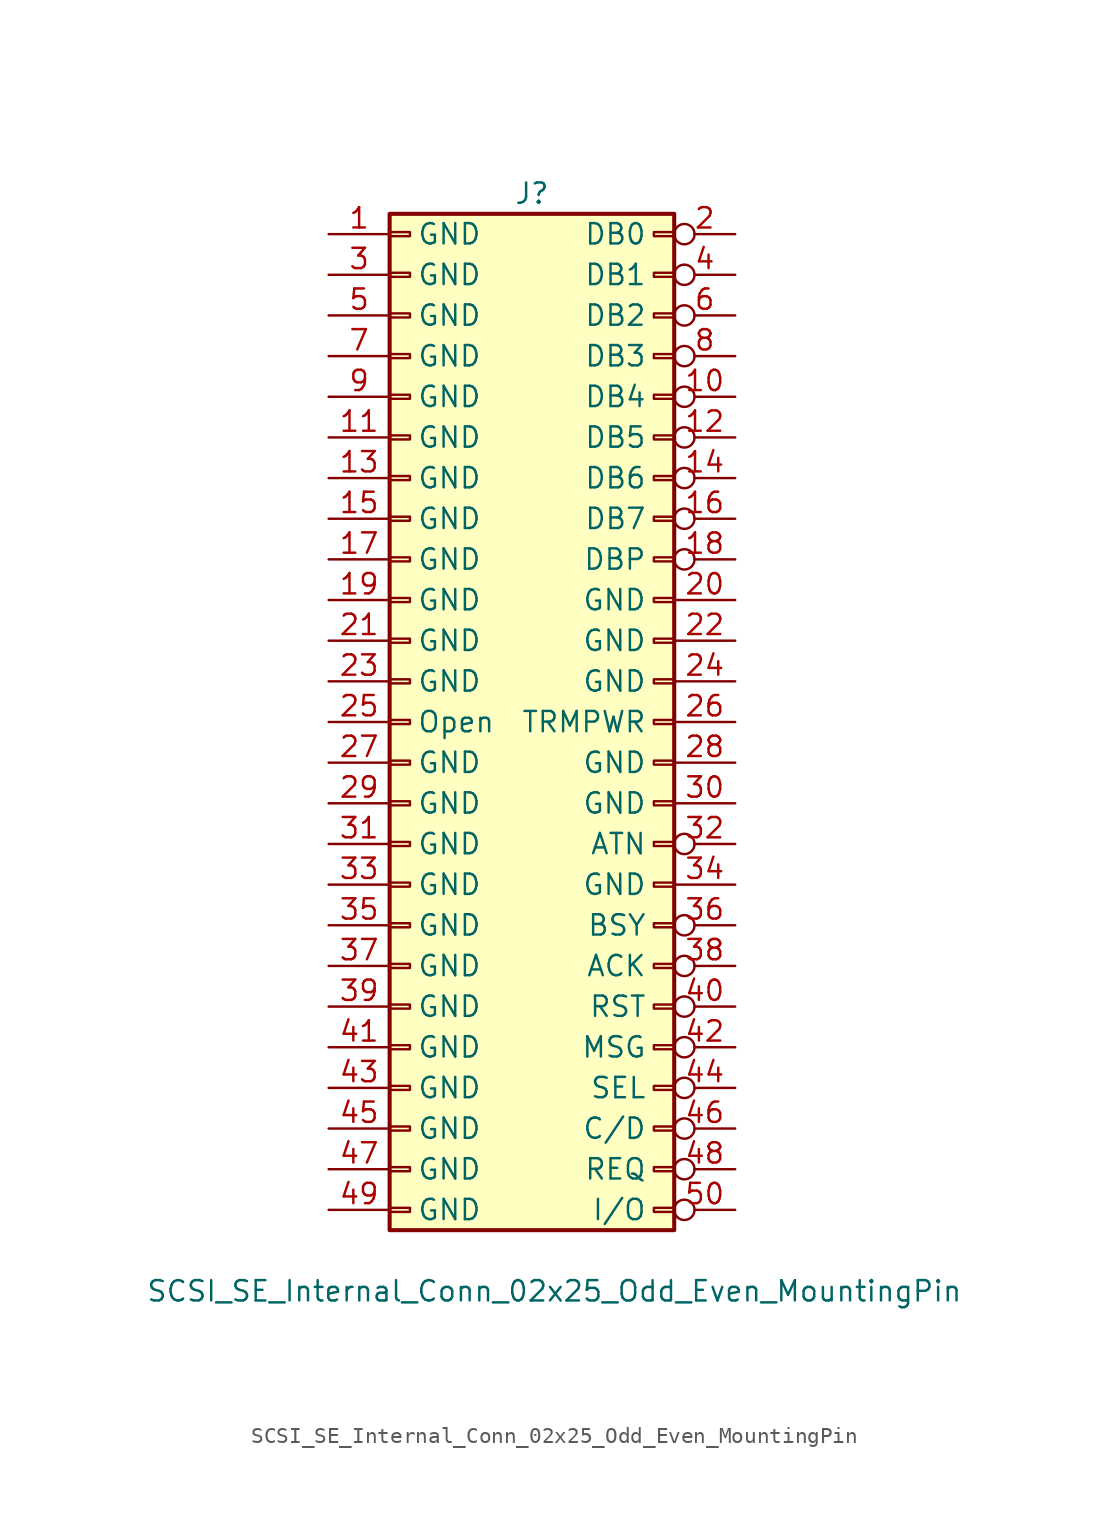
<source format=kicad_sym>
(kicad_symbol_lib
  (version 20211014)
  (generator kicad_symbol_editor)
  (symbol "SCSI_SE_Internal_Conn_02x25_Odd_Even_MountingPin"
    (pin_names
      (offset 1.7))
    (property "Reference" "J"
      (at 0 33.02 0)
      (effects (font (size 1.27 1.27))))
    (property "Value" "SCSI_SE_Internal_Conn_02x25_Odd_Even_MountingPin"
      (at -24.13 -35.56 0)
      (effects (font (size 1.27 1.27)) (justify left)))
    (symbol "SCSI_SE_Internal_Conn_02x25_Odd_Even_MountingPin_1_1"
      (rectangle (start -8.89 -30.353) (end -7.62 -30.607) (stroke (width 0.152) (type default) (color 0 0 0 0)) (fill (type none)))
      (rectangle (start -8.89 -27.813) (end -7.62 -28.067) (stroke (width 0.152) (type default) (color 0 0 0 0)) (fill (type none)))
      (rectangle (start -8.89 -25.273) (end -7.62 -25.527) (stroke (width 0.152) (type default) (color 0 0 0 0)) (fill (type none)))
      (rectangle (start -8.89 -22.733) (end -7.62 -22.987) (stroke (width 0.152) (type default) (color 0 0 0 0)) (fill (type none)))
      (rectangle (start -8.89 -20.193) (end -7.62 -20.447) (stroke (width 0.152) (type default) (color 0 0 0 0)) (fill (type none)))
      (rectangle (start -8.89 -17.653) (end -7.62 -17.907) (stroke (width 0.152) (type default) (color 0 0 0 0)) (fill (type none)))
      (rectangle (start -8.89 -15.113) (end -7.62 -15.367) (stroke (width 0.152) (type default) (color 0 0 0 0)) (fill (type none)))
      (rectangle (start -8.89 -12.573) (end -7.62 -12.827) (stroke (width 0.152) (type default) (color 0 0 0 0)) (fill (type none)))
      (rectangle (start -8.89 -10.033) (end -7.62 -10.287) (stroke (width 0.152) (type default) (color 0 0 0 0)) (fill (type none)))
      (rectangle (start -8.89 -7.493) (end -7.62 -7.747) (stroke (width 0.152) (type default) (color 0 0 0 0)) (fill (type none)))
      (rectangle (start -8.89 -4.953) (end -7.62 -5.207) (stroke (width 0.152) (type default) (color 0 0 0 0)) (fill (type none)))
      (rectangle (start -8.89 -2.413) (end -7.62 -2.667) (stroke (width 0.152) (type default) (color 0 0 0 0)) (fill (type none)))
      (rectangle (start -8.89 0.127) (end -7.62 -0.127) (stroke (width 0.152) (type default) (color 0 0 0 0)) (fill (type none)))
      (rectangle (start -8.89 2.667) (end -7.62 2.413) (stroke (width 0.152) (type default) (color 0 0 0 0)) (fill (type none)))
      (rectangle (start -8.89 5.207) (end -7.62 4.953) (stroke (width 0.152) (type default) (color 0 0 0 0)) (fill (type none)))
      (rectangle (start -8.89 7.747) (end -7.62 7.493) (stroke (width 0.152) (type default) (color 0 0 0 0)) (fill (type none)))
      (rectangle (start -8.89 10.287) (end -7.62 10.033) (stroke (width 0.152) (type default) (color 0 0 0 0)) (fill (type none)))
      (rectangle (start -8.89 12.827) (end -7.62 12.573) (stroke (width 0.152) (type default) (color 0 0 0 0)) (fill (type none)))
      (rectangle (start -8.89 15.367) (end -7.62 15.113) (stroke (width 0.152) (type default) (color 0 0 0 0)) (fill (type none)))
      (rectangle (start -8.89 17.907) (end -7.62 17.653) (stroke (width 0.152) (type default) (color 0 0 0 0)) (fill (type none)))
      (rectangle (start -8.89 20.447) (end -7.62 20.193) (stroke (width 0.152) (type default) (color 0 0 0 0)) (fill (type none)))
      (rectangle (start -8.89 22.987) (end -7.62 22.733) (stroke (width 0.152) (type default) (color 0 0 0 0)) (fill (type none)))
      (rectangle (start -8.89 25.527) (end -7.62 25.273) (stroke (width 0.152) (type default) (color 0 0 0 0)) (fill (type none)))
      (rectangle (start -8.89 28.067) (end -7.62 27.813) (stroke (width 0.152) (type default) (color 0 0 0 0)) (fill (type none)))
      (rectangle (start -8.89 30.607) (end -7.62 30.353) (stroke (width 0.152) (type default) (color 0 0 0 0)) (fill (type none)))
      (rectangle (start -8.89 31.75) (end 8.89 -31.75) (stroke (width 0.254) (type default) (color 0 0 0 0)) (fill (type background)))
      (rectangle (start 8.89 -30.353) (end 7.62 -30.607) (stroke (width 0.152) (type default) (color 0 0 0 0)) (fill (type none)))
      (rectangle (start 8.89 -27.813) (end 7.62 -28.067) (stroke (width 0.152) (type default) (color 0 0 0 0)) (fill (type none)))
      (rectangle (start 8.89 -25.273) (end 7.62 -25.527) (stroke (width 0.152) (type default) (color 0 0 0 0)) (fill (type none)))
      (rectangle (start 8.89 -22.733) (end 7.62 -22.987) (stroke (width 0.152) (type default) (color 0 0 0 0)) (fill (type none)))
      (rectangle (start 8.89 -20.193) (end 7.62 -20.447) (stroke (width 0.152) (type default) (color 0 0 0 0)) (fill (type none)))
      (rectangle (start 8.89 -17.653) (end 7.62 -17.907) (stroke (width 0.152) (type default) (color 0 0 0 0)) (fill (type none)))
      (rectangle (start 8.89 -15.113) (end 7.62 -15.367) (stroke (width 0.152) (type default) (color 0 0 0 0)) (fill (type none)))
      (rectangle (start 8.89 -12.573) (end 7.62 -12.827) (stroke (width 0.152) (type default) (color 0 0 0 0)) (fill (type none)))
      (rectangle (start 8.89 -10.033) (end 7.62 -10.287) (stroke (width 0.152) (type default) (color 0 0 0 0)) (fill (type none)))
      (rectangle (start 8.89 -7.493) (end 7.62 -7.747) (stroke (width 0.152) (type default) (color 0 0 0 0)) (fill (type none)))
      (rectangle (start 8.89 -4.953) (end 7.62 -5.207) (stroke (width 0.152) (type default) (color 0 0 0 0)) (fill (type none)))
      (rectangle (start 8.89 -2.413) (end 7.62 -2.667) (stroke (width 0.152) (type default) (color 0 0 0 0)) (fill (type none)))
      (rectangle (start 8.89 0.127) (end 7.62 -0.127) (stroke (width 0.152) (type default) (color 0 0 0 0)) (fill (type none)))
      (rectangle (start 8.89 2.667) (end 7.62 2.413) (stroke (width 0.152) (type default) (color 0 0 0 0)) (fill (type none)))
      (rectangle (start 8.89 5.207) (end 7.62 4.953) (stroke (width 0.152) (type default) (color 0 0 0 0)) (fill (type none)))
      (rectangle (start 8.89 7.747) (end 7.62 7.493) (stroke (width 0.152) (type default) (color 0 0 0 0)) (fill (type none)))
      (rectangle (start 8.89 10.287) (end 7.62 10.033) (stroke (width 0.152) (type default) (color 0 0 0 0)) (fill (type none)))
      (rectangle (start 8.89 12.827) (end 7.62 12.573) (stroke (width 0.152) (type default) (color 0 0 0 0)) (fill (type none)))
      (rectangle (start 8.89 15.367) (end 7.62 15.113) (stroke (width 0.152) (type default) (color 0 0 0 0)) (fill (type none)))
      (rectangle (start 8.89 17.907) (end 7.62 17.653) (stroke (width 0.152) (type default) (color 0 0 0 0)) (fill (type none)))
      (rectangle (start 8.89 20.447) (end 7.62 20.193) (stroke (width 0.152) (type default) (color 0 0 0 0)) (fill (type none)))
      (rectangle (start 8.89 22.987) (end 7.62 22.733) (stroke (width 0.152) (type default) (color 0 0 0 0)) (fill (type none)))
      (rectangle (start 8.89 25.527) (end 7.62 25.273) (stroke (width 0.152) (type default) (color 0 0 0 0)) (fill (type none)))
      (rectangle (start 8.89 28.067) (end 7.62 27.813) (stroke (width 0.152) (type default) (color 0 0 0 0)) (fill (type none)))
      (rectangle (start 8.89 30.607) (end 7.62 30.353) (stroke (width 0.152) (type default) (color 0 0 0 0)) (fill (type none)))
      (pin power_in line (at -12.7 30.48 0) (length 3.81) (name "GND" (effects (font (size 1.27 1.27)))) (number "1" (effects (font (size 1.27 1.27)))))
      (pin bidirectional inverted (at 12.7 20.32 180) (length 3.81) (name "DB4" (effects (font (size 1.27 1.27)))) (number "10" (effects (font (size 1.27 1.27)))))
      (pin power_in line (at -12.7 17.78 0) (length 3.81) (name "GND" (effects (font (size 1.27 1.27)))) (number "11" (effects (font (size 1.27 1.27)))))
      (pin bidirectional inverted (at 12.7 17.78 180) (length 3.81) (name "DB5" (effects (font (size 1.27 1.27)))) (number "12" (effects (font (size 1.27 1.27)))))
      (pin power_in line (at -12.7 15.24 0) (length 3.81) (name "GND" (effects (font (size 1.27 1.27)))) (number "13" (effects (font (size 1.27 1.27)))))
      (pin bidirectional inverted (at 12.7 15.24 180) (length 3.81) (name "DB6" (effects (font (size 1.27 1.27)))) (number "14" (effects (font (size 1.27 1.27)))))
      (pin power_in line (at -12.7 12.7 0) (length 3.81) (name "GND" (effects (font (size 1.27 1.27)))) (number "15" (effects (font (size 1.27 1.27)))))
      (pin bidirectional inverted (at 12.7 12.7 180) (length 3.81) (name "DB7" (effects (font (size 1.27 1.27)))) (number "16" (effects (font (size 1.27 1.27)))))
      (pin power_in line (at -12.7 10.16 0) (length 3.81) (name "GND" (effects (font (size 1.27 1.27)))) (number "17" (effects (font (size 1.27 1.27)))))
      (pin bidirectional inverted (at 12.7 10.16 180) (length 3.81) (name "DBP" (effects (font (size 1.27 1.27)))) (number "18" (effects (font (size 1.27 1.27)))))
      (pin power_in line (at -12.7 7.62 0) (length 3.81) (name "GND" (effects (font (size 1.27 1.27)))) (number "19" (effects (font (size 1.27 1.27)))))
      (pin bidirectional inverted (at 12.7 30.48 180) (length 3.81) (name "DB0" (effects (font (size 1.27 1.27)))) (number "2" (effects (font (size 1.27 1.27)))))
      (pin power_in line (at 12.7 7.62 180) (length 3.81) (name "GND" (effects (font (size 1.27 1.27)))) (number "20" (effects (font (size 1.27 1.27)))))
      (pin power_in line (at -12.7 5.08 0) (length 3.81) (name "GND" (effects (font (size 1.27 1.27)))) (number "21" (effects (font (size 1.27 1.27)))))
      (pin power_in line (at 12.7 5.08 180) (length 3.81) (name "GND" (effects (font (size 1.27 1.27)))) (number "22" (effects (font (size 1.27 1.27)))))
      (pin power_in line (at -12.7 2.54 0) (length 3.81) (name "GND" (effects (font (size 1.27 1.27)))) (number "23" (effects (font (size 1.27 1.27)))))
      (pin power_in line (at 12.7 2.54 180) (length 3.81) (name "GND" (effects (font (size 1.27 1.27)))) (number "24" (effects (font (size 1.27 1.27)))))
      (pin passive line (at -12.7 0 0) (length 3.81) (name "Open" (effects (font (size 1.27 1.27)))) (number "25" (effects (font (size 1.27 1.27)))))
      (pin power_in line (at 12.7 0 180) (length 3.81) (name "TRMPWR" (effects (font (size 1.27 1.27)))) (number "26" (effects (font (size 1.27 1.27)))))
      (pin power_in line (at -12.7 -2.54 0) (length 3.81) (name "GND" (effects (font (size 1.27 1.27)))) (number "27" (effects (font (size 1.27 1.27)))))
      (pin power_in line (at 12.7 -2.54 180) (length 3.81) (name "GND" (effects (font (size 1.27 1.27)))) (number "28" (effects (font (size 1.27 1.27)))))
      (pin power_in line (at -12.7 -5.08 0) (length 3.81) (name "GND" (effects (font (size 1.27 1.27)))) (number "29" (effects (font (size 1.27 1.27)))))
      (pin power_in line (at -12.7 27.94 0) (length 3.81) (name "GND" (effects (font (size 1.27 1.27)))) (number "3" (effects (font (size 1.27 1.27)))))
      (pin power_in line (at 12.7 -5.08 180) (length 3.81) (name "GND" (effects (font (size 1.27 1.27)))) (number "30" (effects (font (size 1.27 1.27)))))
      (pin power_in line (at -12.7 -7.62 0) (length 3.81) (name "GND" (effects (font (size 1.27 1.27)))) (number "31" (effects (font (size 1.27 1.27)))))
      (pin input inverted (at 12.7 -7.62 180) (length 3.81) (name "ATN" (effects (font (size 1.27 1.27)))) (number "32" (effects (font (size 1.27 1.27)))))
      (pin power_in line (at -12.7 -10.16 0) (length 3.81) (name "GND" (effects (font (size 1.27 1.27)))) (number "33" (effects (font (size 1.27 1.27)))))
      (pin power_in line (at 12.7 -10.16 180) (length 3.81) (name "GND" (effects (font (size 1.27 1.27)))) (number "34" (effects (font (size 1.27 1.27)))))
      (pin power_in line (at -12.7 -12.7 0) (length 3.81) (name "GND" (effects (font (size 1.27 1.27)))) (number "35" (effects (font (size 1.27 1.27)))))
      (pin output inverted (at 12.7 -12.7 180) (length 3.81) (name "BSY" (effects (font (size 1.27 1.27)))) (number "36" (effects (font (size 1.27 1.27)))))
      (pin power_in line (at -12.7 -15.24 0) (length 3.81) (name "GND" (effects (font (size 1.27 1.27)))) (number "37" (effects (font (size 1.27 1.27)))))
      (pin input inverted (at 12.7 -15.24 180) (length 3.81) (name "ACK" (effects (font (size 1.27 1.27)))) (number "38" (effects (font (size 1.27 1.27)))))
      (pin power_in line (at -12.7 -17.78 0) (length 3.81) (name "GND" (effects (font (size 1.27 1.27)))) (number "39" (effects (font (size 1.27 1.27)))))
      (pin bidirectional inverted (at 12.7 27.94 180) (length 3.81) (name "DB1" (effects (font (size 1.27 1.27)))) (number "4" (effects (font (size 1.27 1.27)))))
      (pin input inverted (at 12.7 -17.78 180) (length 3.81) (name "RST" (effects (font (size 1.27 1.27)))) (number "40" (effects (font (size 1.27 1.27)))))
      (pin power_in line (at -12.7 -20.32 0) (length 3.81) (name "GND" (effects (font (size 1.27 1.27)))) (number "41" (effects (font (size 1.27 1.27)))))
      (pin output inverted (at 12.7 -20.32 180) (length 3.81) (name "MSG" (effects (font (size 1.27 1.27)))) (number "42" (effects (font (size 1.27 1.27)))))
      (pin power_in line (at -12.7 -22.86 0) (length 3.81) (name "GND" (effects (font (size 1.27 1.27)))) (number "43" (effects (font (size 1.27 1.27)))))
      (pin input inverted (at 12.7 -22.86 180) (length 3.81) (name "SEL" (effects (font (size 1.27 1.27)))) (number "44" (effects (font (size 1.27 1.27)))))
      (pin power_in line (at -12.7 -25.4 0) (length 3.81) (name "GND" (effects (font (size 1.27 1.27)))) (number "45" (effects (font (size 1.27 1.27)))))
      (pin output inverted (at 12.7 -25.4 180) (length 3.81) (name "C/D" (effects (font (size 1.27 1.27)))) (number "46" (effects (font (size 1.27 1.27)))))
      (pin power_in line (at -12.7 -27.94 0) (length 3.81) (name "GND" (effects (font (size 1.27 1.27)))) (number "47" (effects (font (size 1.27 1.27)))))
      (pin output inverted (at 12.7 -27.94 180) (length 3.81) (name "REQ" (effects (font (size 1.27 1.27)))) (number "48" (effects (font (size 1.27 1.27)))))
      (pin power_in line (at -12.7 -30.48 0) (length 3.81) (name "GND" (effects (font (size 1.27 1.27)))) (number "49" (effects (font (size 1.27 1.27)))))
      (pin power_in line (at -12.7 25.4 0) (length 3.81) (name "GND" (effects (font (size 1.27 1.27)))) (number "5" (effects (font (size 1.27 1.27)))))
      (pin output inverted (at 12.7 -30.48 180) (length 3.81) (name "I/O" (effects (font (size 1.27 1.27)))) (number "50" (effects (font (size 1.27 1.27)))))
      (pin bidirectional inverted (at 12.7 25.4 180) (length 3.81) (name "DB2" (effects (font (size 1.27 1.27)))) (number "6" (effects (font (size 1.27 1.27)))))
      (pin power_in line (at -12.7 22.86 0) (length 3.81) (name "GND" (effects (font (size 1.27 1.27)))) (number "7" (effects (font (size 1.27 1.27)))))
      (pin bidirectional inverted (at 12.7 22.86 180) (length 3.81) (name "DB3" (effects (font (size 1.27 1.27)))) (number "8" (effects (font (size 1.27 1.27)))))
      (pin power_in line (at -12.7 20.32 0) (length 3.81) (name "GND" (effects (font (size 1.27 1.27)))) (number "9" (effects (font (size 1.27 1.27))))))))
</source>
